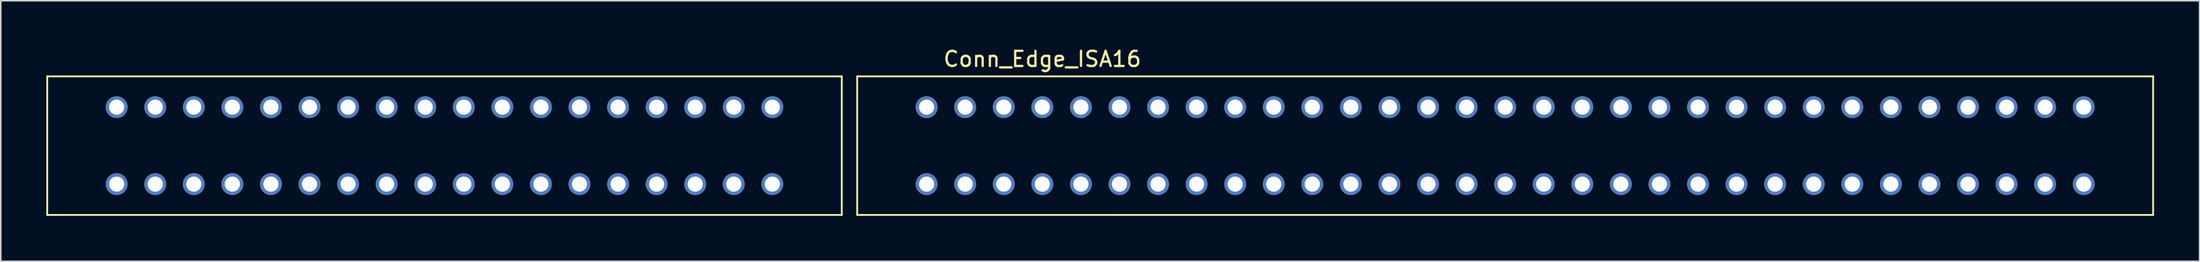
<source format=kicad_pcb>
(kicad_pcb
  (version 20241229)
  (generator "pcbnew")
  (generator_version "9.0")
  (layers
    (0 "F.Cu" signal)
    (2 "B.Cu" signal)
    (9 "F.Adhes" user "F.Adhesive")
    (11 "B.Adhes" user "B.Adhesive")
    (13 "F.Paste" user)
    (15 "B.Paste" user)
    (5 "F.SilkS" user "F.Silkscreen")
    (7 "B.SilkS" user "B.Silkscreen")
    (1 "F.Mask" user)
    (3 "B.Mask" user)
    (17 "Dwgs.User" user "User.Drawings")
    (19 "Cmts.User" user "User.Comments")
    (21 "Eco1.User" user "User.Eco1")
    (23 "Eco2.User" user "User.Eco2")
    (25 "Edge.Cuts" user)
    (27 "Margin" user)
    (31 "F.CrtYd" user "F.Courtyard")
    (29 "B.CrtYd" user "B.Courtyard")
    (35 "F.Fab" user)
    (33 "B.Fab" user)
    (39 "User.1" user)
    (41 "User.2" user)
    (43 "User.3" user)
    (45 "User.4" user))
  (footprint "Conn_Edge_ISA16"
    (layer "F.Cu")
    (at 69.402 6.563)
    (property "Reference" "Conn_Edge_ISA16" (at -3.81 -5.715 0) (layer "F.SilkS") (effects (font (size 1 1) (thickness 0.15))))
    (attr through_hole)
    (fp_line (start -69.342 -4.572) (end -69.342 4.572) (stroke (width 0.12) (type solid)) (layer "F.SilkS"))
    (fp_line (start -69.342 -4.572) (end -17.018 -4.572) (stroke (width 0.12) (type solid)) (layer "F.SilkS"))
    (fp_line (start -17.018 -4.572) (end -17.018 4.572) (stroke (width 0.12) (type solid)) (layer "F.SilkS"))
    (fp_line (start -17.018 4.572) (end -69.342 4.572) (stroke (width 0.12) (type solid)) (layer "F.SilkS"))
    (fp_line (start -16.002 -4.572) (end 69.342 -4.572) (stroke (width 0.12) (type solid)) (layer "F.SilkS"))
    (fp_line (start -16.002 4.572) (end -16.002 -4.572) (stroke (width 0.12) (type solid)) (layer "F.SilkS"))
    (fp_line (start 69.342 -4.572) (end 69.342 4.572) (stroke (width 0.12) (type solid)) (layer "F.SilkS"))
    (fp_line (start 69.342 4.572) (end -16.002 4.572) (stroke (width 0.12) (type solid)) (layer "F.SilkS"))
    (pad "1" thru_hole circle (at 64.77 -2.54 180) (size 1.44 1.44) (drill 1) (layers "*.Cu" "*.Mask"))
    (pad "2" thru_hole circle (at 62.23 -2.54 180) (size 1.44 1.44) (drill 1) (layers "*.Cu" "*.Mask"))
    (pad "3" thru_hole circle (at 59.69 -2.54 180) (size 1.44 1.44) (drill 1) (layers "*.Cu" "*.Mask"))
    (pad "4" thru_hole circle (at 57.15 -2.54 180) (size 1.44 1.44) (drill 1) (layers "*.Cu" "*.Mask"))
    (pad "5" thru_hole circle (at 54.61 -2.54 180) (size 1.44 1.44) (drill 1) (layers "*.Cu" "*.Mask"))
    (pad "6" thru_hole circle (at 52.07 -2.54 180) (size 1.44 1.44) (drill 1) (layers "*.Cu" "*.Mask"))
    (pad "7" thru_hole circle (at 49.53 -2.54 180) (size 1.44 1.44) (drill 1) (layers "*.Cu" "*.Mask"))
    (pad "8" thru_hole circle (at 46.99 -2.54 180) (size 1.44 1.44) (drill 1) (layers "*.Cu" "*.Mask"))
    (pad "9" thru_hole circle (at 44.45 -2.54 180) (size 1.44 1.44) (drill 1) (layers "*.Cu" "*.Mask"))
    (pad "10" thru_hole circle (at 41.91 -2.54 180) (size 1.44 1.44) (drill 1) (layers "*.Cu" "*.Mask"))
    (pad "11" thru_hole circle (at 39.37 -2.54 180) (size 1.44 1.44) (drill 1) (layers "*.Cu" "*.Mask"))
    (pad "12" thru_hole circle (at 36.83 -2.54 180) (size 1.44 1.44) (drill 1) (layers "*.Cu" "*.Mask"))
    (pad "13" thru_hole circle (at 34.29 -2.54 180) (size 1.44 1.44) (drill 1) (layers "*.Cu" "*.Mask"))
    (pad "14" thru_hole circle (at 31.75 -2.54 180) (size 1.44 1.44) (drill 1) (layers "*.Cu" "*.Mask"))
    (pad "15" thru_hole circle (at 29.21 -2.54 180) (size 1.44 1.44) (drill 1) (layers "*.Cu" "*.Mask"))
    (pad "16" thru_hole circle (at 26.67 -2.54 180) (size 1.44 1.44) (drill 1) (layers "*.Cu" "*.Mask"))
    (pad "17" thru_hole circle (at 24.13 -2.54 180) (size 1.44 1.44) (drill 1) (layers "*.Cu" "*.Mask"))
    (pad "18" thru_hole circle (at 21.59 -2.54 180) (size 1.44 1.44) (drill 1) (layers "*.Cu" "*.Mask"))
    (pad "19" thru_hole circle (at 19.05 -2.54 180) (size 1.44 1.44) (drill 1) (layers "*.Cu" "*.Mask"))
    (pad "20" thru_hole circle (at 16.51 -2.54 180) (size 1.44 1.44) (drill 1) (layers "*.Cu" "*.Mask"))
    (pad "21" thru_hole circle (at 13.97 -2.54 180) (size 1.44 1.44) (drill 1) (layers "*.Cu" "*.Mask"))
    (pad "22" thru_hole circle (at 11.43 -2.54 180) (size 1.44 1.44) (drill 1) (layers "*.Cu" "*.Mask"))
    (pad "23" thru_hole circle (at 8.89 -2.54 180) (size 1.44 1.44) (drill 1) (layers "*.Cu" "*.Mask"))
    (pad "24" thru_hole circle (at 6.35 -2.54 180) (size 1.44 1.44) (drill 1) (layers "*.Cu" "*.Mask"))
    (pad "25" thru_hole circle (at 3.81 -2.54 180) (size 1.44 1.44) (drill 1) (layers "*.Cu" "*.Mask"))
    (pad "26" thru_hole circle (at 1.27 -2.54 180) (size 1.44 1.44) (drill 1) (layers "*.Cu" "*.Mask"))
    (pad "27" thru_hole circle (at -1.27 -2.54 180) (size 1.44 1.44) (drill 1) (layers "*.Cu" "*.Mask"))
    (pad "28" thru_hole circle (at -3.81 -2.54 180) (size 1.44 1.44) (drill 1) (layers "*.Cu" "*.Mask"))
    (pad "29" thru_hole circle (at -6.35 -2.54 180) (size 1.44 1.44) (drill 1) (layers "*.Cu" "*.Mask"))
    (pad "30" thru_hole circle (at -8.89 -2.54 180) (size 1.44 1.44) (drill 1) (layers "*.Cu" "*.Mask"))
    (pad "31" thru_hole circle (at -11.43 -2.54 180) (size 1.44 1.44) (drill 1) (layers "*.Cu" "*.Mask"))
    (pad "32" thru_hole circle (at 64.77 2.54 180) (size 1.44 1.44) (drill 1) (layers "*.Cu" "*.Mask"))
    (pad "33" thru_hole circle (at 62.23 2.54 180) (size 1.44 1.44) (drill 1) (layers "*.Cu" "*.Mask"))
    (pad "34" thru_hole circle (at 59.69 2.54 180) (size 1.44 1.44) (drill 1) (layers "*.Cu" "*.Mask"))
    (pad "35" thru_hole circle (at 57.15 2.54 180) (size 1.44 1.44) (drill 1) (layers "*.Cu" "*.Mask"))
    (pad "36" thru_hole circle (at 54.61 2.54 180) (size 1.44 1.44) (drill 1) (layers "*.Cu" "*.Mask"))
    (pad "37" thru_hole circle (at 52.07 2.54 180) (size 1.44 1.44) (drill 1) (layers "*.Cu" "*.Mask"))
    (pad "38" thru_hole circle (at 49.53 2.54 180) (size 1.44 1.44) (drill 1) (layers "*.Cu" "*.Mask"))
    (pad "39" thru_hole circle (at 46.99 2.54 180) (size 1.44 1.44) (drill 1) (layers "*.Cu" "*.Mask"))
    (pad "40" thru_hole circle (at 44.45 2.54 180) (size 1.44 1.44) (drill 1) (layers "*.Cu" "*.Mask"))
    (pad "41" thru_hole circle (at 41.91 2.54 180) (size 1.44 1.44) (drill 1) (layers "*.Cu" "*.Mask"))
    (pad "42" thru_hole circle (at 39.37 2.54 180) (size 1.44 1.44) (drill 1) (layers "*.Cu" "*.Mask"))
    (pad "43" thru_hole circle (at 36.83 2.54 180) (size 1.44 1.44) (drill 1) (layers "*.Cu" "*.Mask"))
    (pad "44" thru_hole circle (at 34.29 2.54 180) (size 1.44 1.44) (drill 1) (layers "*.Cu" "*.Mask"))
    (pad "45" thru_hole circle (at 31.75 2.54 180) (size 1.44 1.44) (drill 1) (layers "*.Cu" "*.Mask"))
    (pad "46" thru_hole circle (at 29.21 2.54 180) (size 1.44 1.44) (drill 1) (layers "*.Cu" "*.Mask"))
    (pad "47" thru_hole circle (at 26.67 2.54 180) (size 1.44 1.44) (drill 1) (layers "*.Cu" "*.Mask"))
    (pad "48" thru_hole circle (at 24.13 2.54 180) (size 1.44 1.44) (drill 1) (layers "*.Cu" "*.Mask"))
    (pad "49" thru_hole circle (at 21.59 2.54 180) (size 1.44 1.44) (drill 1) (layers "*.Cu" "*.Mask"))
    (pad "50" thru_hole circle (at 19.05 2.54 180) (size 1.44 1.44) (drill 1) (layers "*.Cu" "*.Mask"))
    (pad "51" thru_hole circle (at 16.51 2.54 180) (size 1.44 1.44) (drill 1) (layers "*.Cu" "*.Mask"))
    (pad "52" thru_hole circle (at 13.97 2.54 180) (size 1.44 1.44) (drill 1) (layers "*.Cu" "*.Mask"))
    (pad "53" thru_hole circle (at 11.43 2.54 180) (size 1.44 1.44) (drill 1) (layers "*.Cu" "*.Mask"))
    (pad "54" thru_hole circle (at 8.89 2.54 180) (size 1.44 1.44) (drill 1) (layers "*.Cu" "*.Mask"))
    (pad "55" thru_hole circle (at 6.35 2.54 180) (size 1.44 1.44) (drill 1) (layers "*.Cu" "*.Mask"))
    (pad "56" thru_hole circle (at 3.81 2.54 180) (size 1.44 1.44) (drill 1) (layers "*.Cu" "*.Mask"))
    (pad "57" thru_hole circle (at 1.27 2.54 180) (size 1.44 1.44) (drill 1) (layers "*.Cu" "*.Mask"))
    (pad "58" thru_hole circle (at -1.27 2.54 180) (size 1.44 1.44) (drill 1) (layers "*.Cu" "*.Mask"))
    (pad "59" thru_hole circle (at -3.81 2.54 180) (size 1.44 1.44) (drill 1) (layers "*.Cu" "*.Mask"))
    (pad "60" thru_hole circle (at -6.35 2.54 180) (size 1.44 1.44) (drill 1) (layers "*.Cu" "*.Mask"))
    (pad "61" thru_hole circle (at -8.89 2.54 180) (size 1.44 1.44) (drill 1) (layers "*.Cu" "*.Mask"))
    (pad "62" thru_hole circle (at -11.43 2.54 180) (size 1.44 1.44) (drill 1) (layers "*.Cu" "*.Mask"))
    (pad "63" thru_hole circle (at -21.59 -2.54 180) (size 1.44 1.44) (drill 1) (layers "*.Cu" "*.Mask"))
    (pad "64" thru_hole circle (at -24.13 -2.54 180) (size 1.44 1.44) (drill 1) (layers "*.Cu" "*.Mask"))
    (pad "65" thru_hole circle (at -26.67 -2.54 180) (size 1.44 1.44) (drill 1) (layers "*.Cu" "*.Mask"))
    (pad "66" thru_hole circle (at -29.21 -2.54 180) (size 1.44 1.44) (drill 1) (layers "*.Cu" "*.Mask"))
    (pad "67" thru_hole circle (at -31.75 -2.54 180) (size 1.44 1.44) (drill 1) (layers "*.Cu" "*.Mask"))
    (pad "68" thru_hole circle (at -34.29 -2.54 180) (size 1.44 1.44) (drill 1) (layers "*.Cu" "*.Mask"))
    (pad "69" thru_hole circle (at -36.83 -2.54 180) (size 1.44 1.44) (drill 1) (layers "*.Cu" "*.Mask"))
    (pad "70" thru_hole circle (at -39.37 -2.54 180) (size 1.44 1.44) (drill 1) (layers "*.Cu" "*.Mask"))
    (pad "71" thru_hole circle (at -41.91 -2.54 180) (size 1.44 1.44) (drill 1) (layers "*.Cu" "*.Mask"))
    (pad "72" thru_hole circle (at -44.45 -2.54 180) (size 1.44 1.44) (drill 1) (layers "*.Cu" "*.Mask"))
    (pad "73" thru_hole circle (at -46.99 -2.54 180) (size 1.44 1.44) (drill 1) (layers "*.Cu" "*.Mask"))
    (pad "74" thru_hole circle (at -49.53 -2.54 180) (size 1.44 1.44) (drill 1) (layers "*.Cu" "*.Mask"))
    (pad "75" thru_hole circle (at -52.07 -2.54 180) (size 1.44 1.44) (drill 1) (layers "*.Cu" "*.Mask"))
    (pad "76" thru_hole circle (at -54.61 -2.54 180) (size 1.44 1.44) (drill 1) (layers "*.Cu" "*.Mask"))
    (pad "77" thru_hole circle (at -57.15 -2.54 180) (size 1.44 1.44) (drill 1) (layers "*.Cu" "*.Mask"))
    (pad "78" thru_hole circle (at -59.69 -2.54 180) (size 1.44 1.44) (drill 1) (layers "*.Cu" "*.Mask"))
    (pad "79" thru_hole circle (at -62.23 -2.54 180) (size 1.44 1.44) (drill 1) (layers "*.Cu" "*.Mask"))
    (pad "80" thru_hole circle (at -64.77 -2.54 180) (size 1.44 1.44) (drill 1) (layers "*.Cu" "*.Mask"))
    (pad "81" thru_hole circle (at -21.59 2.54 180) (size 1.44 1.44) (drill 1) (layers "*.Cu" "*.Mask"))
    (pad "82" thru_hole circle (at -24.13 2.54 180) (size 1.44 1.44) (drill 1) (layers "*.Cu" "*.Mask"))
    (pad "83" thru_hole circle (at -26.67 2.54 180) (size 1.44 1.44) (drill 1) (layers "*.Cu" "*.Mask"))
    (pad "84" thru_hole circle (at -29.21 2.54 180) (size 1.44 1.44) (drill 1) (layers "*.Cu" "*.Mask"))
    (pad "85" thru_hole circle (at -31.75 2.54 180) (size 1.44 1.44) (drill 1) (layers "*.Cu" "*.Mask"))
    (pad "86" thru_hole circle (at -34.29 2.54 180) (size 1.44 1.44) (drill 1) (layers "*.Cu" "*.Mask"))
    (pad "87" thru_hole circle (at -36.83 2.54 180) (size 1.44 1.44) (drill 1) (layers "*.Cu" "*.Mask"))
    (pad "88" thru_hole circle (at -39.37 2.54 180) (size 1.44 1.44) (drill 1) (layers "*.Cu" "*.Mask"))
    (pad "89" thru_hole circle (at -41.91 2.54 180) (size 1.44 1.44) (drill 1) (layers "*.Cu" "*.Mask"))
    (pad "90" thru_hole circle (at -44.45 2.54 180) (size 1.44 1.44) (drill 1) (layers "*.Cu" "*.Mask"))
    (pad "91" thru_hole circle (at -46.99 2.54 180) (size 1.44 1.44) (drill 1) (layers "*.Cu" "*.Mask"))
    (pad "92" thru_hole circle (at -49.53 2.54 180) (size 1.44 1.44) (drill 1) (layers "*.Cu" "*.Mask"))
    (pad "93" thru_hole circle (at -52.07 2.54 180) (size 1.44 1.44) (drill 1) (layers "*.Cu" "*.Mask"))
    (pad "94" thru_hole circle (at -54.61 2.54 180) (size 1.44 1.44) (drill 1) (layers "*.Cu" "*.Mask"))
    (pad "95" thru_hole circle (at -57.15 2.54 180) (size 1.44 1.44) (drill 1) (layers "*.Cu" "*.Mask"))
    (pad "96" thru_hole circle (at -59.69 2.54 180) (size 1.44 1.44) (drill 1) (layers "*.Cu" "*.Mask"))
    (pad "97" thru_hole circle (at -62.23 2.54 180) (size 1.44 1.44) (drill 1) (layers "*.Cu" "*.Mask"))
    (pad "98" thru_hole circle (at -64.77 2.54 180) (size 1.44 1.44) (drill 1) (layers "*.Cu" "*.Mask")))
  (gr_rect
    (start -3 -3)
    (end 141.804 14.195)
    (stroke (width 0.1) (type default))
    (fill no)
    (layer "Edge.Cuts")))
</source>
